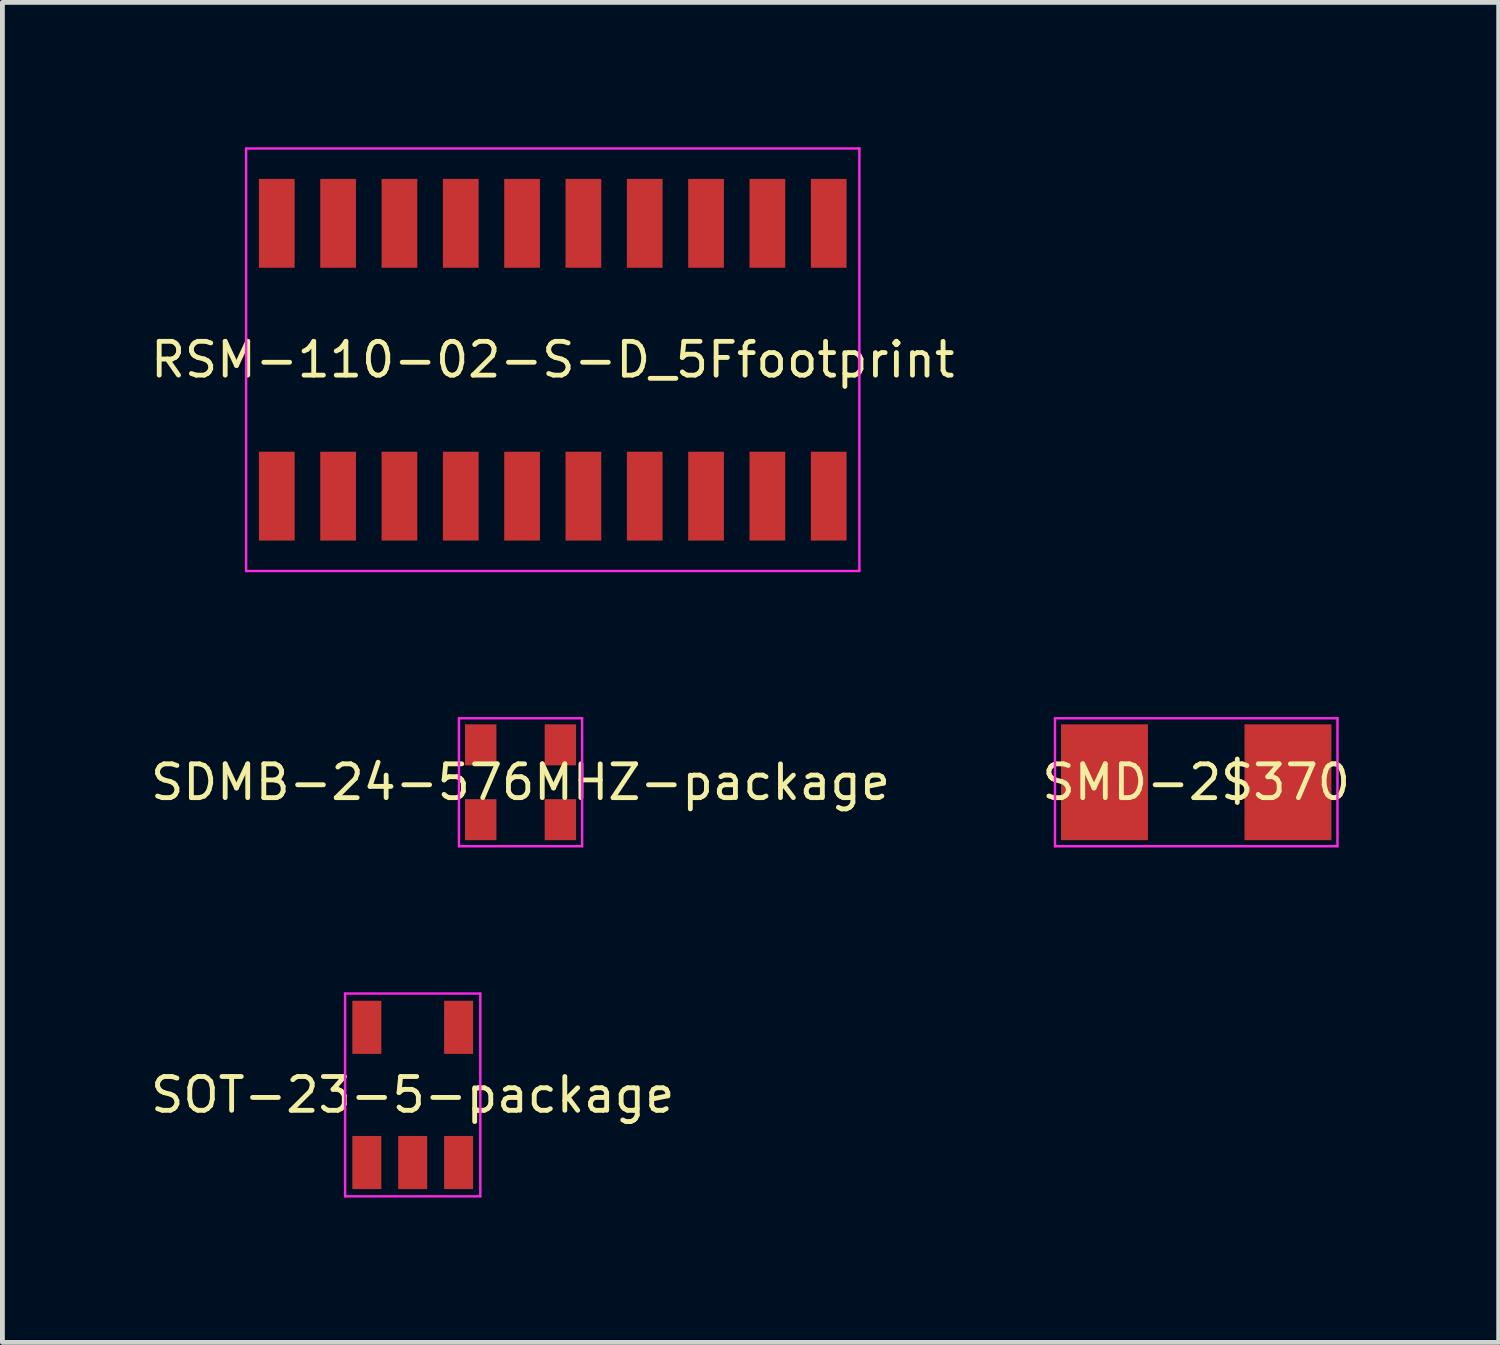
<source format=kicad_pcb>
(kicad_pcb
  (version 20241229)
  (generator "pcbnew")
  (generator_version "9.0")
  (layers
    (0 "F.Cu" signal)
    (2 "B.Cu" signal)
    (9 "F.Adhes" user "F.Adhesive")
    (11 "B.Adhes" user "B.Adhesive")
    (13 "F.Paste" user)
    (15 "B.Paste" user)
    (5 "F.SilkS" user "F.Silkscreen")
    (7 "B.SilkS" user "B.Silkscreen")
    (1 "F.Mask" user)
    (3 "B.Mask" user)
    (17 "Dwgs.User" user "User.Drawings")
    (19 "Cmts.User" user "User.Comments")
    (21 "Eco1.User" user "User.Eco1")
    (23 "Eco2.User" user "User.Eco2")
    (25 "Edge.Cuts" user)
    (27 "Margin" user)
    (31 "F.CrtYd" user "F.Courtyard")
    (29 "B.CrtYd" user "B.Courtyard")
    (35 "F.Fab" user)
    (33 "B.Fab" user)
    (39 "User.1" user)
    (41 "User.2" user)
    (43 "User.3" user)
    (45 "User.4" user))
  (footprint "SDMB-24-576MHZ-package"
    (layer "F.Cu")
    (at 7.73 13.15)
    (property "Reference" "SDMB-24-576MHZ-package" (at 0 0 0) (layer "F.SilkS") (effects (font (size 0.7 0.7) (thickness 0.1))))
    (attr through_hole)
    (fp_poly (pts (xy -1.15 -0.35) (xy -0.5 -0.35) (xy -0.5 -1.2) (xy -1.15 -1.2)) (stroke (width 0) (type solid)) (fill yes) (layer "F.Mask"))
    (fp_poly (pts (xy -1.15 1.2) (xy -0.5 1.2) (xy -0.5 0.35) (xy -1.15 0.35)) (stroke (width 0) (type solid)) (fill yes) (layer "F.Mask"))
    (fp_poly (pts (xy 0.5 -0.35) (xy 1.15 -0.35) (xy 1.15 -1.2) (xy 0.5 -1.2)) (stroke (width 0) (type solid)) (fill yes) (layer "F.Mask"))
    (fp_poly (pts (xy 0.5 1.2) (xy 1.15 1.2) (xy 1.15 0.35) (xy 0.5 0.35)) (stroke (width 0) (type solid)) (fill yes) (layer "F.Mask"))
    (fp_poly (pts (xy -1.15 -0.35) (xy -0.5 -0.35) (xy -0.5 -1.2) (xy -1.15 -1.2)) (stroke (width 0) (type solid)) (fill yes) (layer "F.Paste"))
    (fp_poly (pts (xy -1.15 1.2) (xy -0.5 1.2) (xy -0.5 0.35) (xy -1.15 0.35)) (stroke (width 0) (type solid)) (fill yes) (layer "F.Paste"))
    (fp_poly (pts (xy 0.5 -0.35) (xy 1.15 -0.35) (xy 1.15 -1.2) (xy 0.5 -1.2)) (stroke (width 0) (type solid)) (fill yes) (layer "F.Paste"))
    (fp_poly (pts (xy 0.5 1.2) (xy 1.15 1.2) (xy 1.15 0.35) (xy 0.5 0.35)) (stroke (width 0) (type solid)) (fill yes) (layer "F.Paste"))
    (fp_line (start -1.275 -1.325) (end -1.275 1.325) (stroke (width 0.05) (type solid)) (layer "F.CrtYd"))
    (fp_line (start -1.275 1.325) (end 1.275 1.325) (stroke (width 0.05) (type solid)) (layer "F.CrtYd"))
    (fp_line (start 1.275 -1.325) (end -1.275 -1.325) (stroke (width 0.05) (type solid)) (layer "F.CrtYd"))
    (fp_line (start 1.275 1.325) (end 1.275 -1.325) (stroke (width 0.05) (type solid)) (layer "F.CrtYd"))
    (pad "1" smd rect (at 0.825 0.775) (size 0.65 0.85) (layers "F.Cu"))
    (pad "2" smd rect (at -0.825 0.775) (size 0.65 0.85) (layers "F.Cu"))
    (pad "3" smd rect (at -0.825 -0.775) (size 0.65 0.85) (layers "F.Cu"))
    (pad "4" smd rect (at 0.825 -0.775) (size 0.65 0.85) (layers "F.Cu")))
  (footprint "RSM-110-02-S-D_5Ffootprint"
    (layer "F.Cu")
    (at 8.397 4.4)
    (property "Reference" "RSM-110-02-S-D_5Ffootprint" (at 0 0 0) (layer "F.SilkS") (effects (font (size 0.7 0.7) (thickness 0.1))))
    (attr through_hole)
    (fp_poly (pts (xy -6.085 -1.905) (xy -5.345 -1.905) (xy -5.345 -3.745) (xy -6.085 -3.745)) (stroke (width 0) (type solid)) (fill yes) (layer "F.Mask"))
    (fp_poly (pts (xy -6.085 3.745) (xy -5.345 3.745) (xy -5.345 1.905) (xy -6.085 1.905)) (stroke (width 0) (type solid)) (fill yes) (layer "F.Mask"))
    (fp_poly (pts (xy -4.815 -1.905) (xy -4.075 -1.905) (xy -4.075 -3.745) (xy -4.815 -3.745)) (stroke (width 0) (type solid)) (fill yes) (layer "F.Mask"))
    (fp_poly (pts (xy -4.815 3.745) (xy -4.075 3.745) (xy -4.075 1.905) (xy -4.815 1.905)) (stroke (width 0) (type solid)) (fill yes) (layer "F.Mask"))
    (fp_poly (pts (xy -3.545 -1.905) (xy -2.805 -1.905) (xy -2.805 -3.745) (xy -3.545 -3.745)) (stroke (width 0) (type solid)) (fill yes) (layer "F.Mask"))
    (fp_poly (pts (xy -3.545 3.745) (xy -2.805 3.745) (xy -2.805 1.905) (xy -3.545 1.905)) (stroke (width 0) (type solid)) (fill yes) (layer "F.Mask"))
    (fp_poly (pts (xy -2.275 -1.905) (xy -1.535 -1.905) (xy -1.535 -3.745) (xy -2.275 -3.745)) (stroke (width 0) (type solid)) (fill yes) (layer "F.Mask"))
    (fp_poly (pts (xy -2.275 3.745) (xy -1.535 3.745) (xy -1.535 1.905) (xy -2.275 1.905)) (stroke (width 0) (type solid)) (fill yes) (layer "F.Mask"))
    (fp_poly (pts (xy -1.005 -1.905) (xy -0.265 -1.905) (xy -0.265 -3.745) (xy -1.005 -3.745)) (stroke (width 0) (type solid)) (fill yes) (layer "F.Mask"))
    (fp_poly (pts (xy -1.005 3.745) (xy -0.265 3.745) (xy -0.265 1.905) (xy -1.005 1.905)) (stroke (width 0) (type solid)) (fill yes) (layer "F.Mask"))
    (fp_poly (pts (xy 0.265 -1.905) (xy 1.005 -1.905) (xy 1.005 -3.745) (xy 0.265 -3.745)) (stroke (width 0) (type solid)) (fill yes) (layer "F.Mask"))
    (fp_poly (pts (xy 0.265 3.745) (xy 1.005 3.745) (xy 1.005 1.905) (xy 0.265 1.905)) (stroke (width 0) (type solid)) (fill yes) (layer "F.Mask"))
    (fp_poly (pts (xy 1.535 -1.905) (xy 2.275 -1.905) (xy 2.275 -3.745) (xy 1.535 -3.745)) (stroke (width 0) (type solid)) (fill yes) (layer "F.Mask"))
    (fp_poly (pts (xy 1.535 3.745) (xy 2.275 3.745) (xy 2.275 1.905) (xy 1.535 1.905)) (stroke (width 0) (type solid)) (fill yes) (layer "F.Mask"))
    (fp_poly (pts (xy 2.805 -1.905) (xy 3.545 -1.905) (xy 3.545 -3.745) (xy 2.805 -3.745)) (stroke (width 0) (type solid)) (fill yes) (layer "F.Mask"))
    (fp_poly (pts (xy 2.805 3.745) (xy 3.545 3.745) (xy 3.545 1.905) (xy 2.805 1.905)) (stroke (width 0) (type solid)) (fill yes) (layer "F.Mask"))
    (fp_poly (pts (xy 4.075 -1.905) (xy 4.815 -1.905) (xy 4.815 -3.745) (xy 4.075 -3.745)) (stroke (width 0) (type solid)) (fill yes) (layer "F.Mask"))
    (fp_poly (pts (xy 4.075 3.745) (xy 4.815 3.745) (xy 4.815 1.905) (xy 4.075 1.905)) (stroke (width 0) (type solid)) (fill yes) (layer "F.Mask"))
    (fp_poly (pts (xy 5.345 -1.905) (xy 6.085 -1.905) (xy 6.085 -3.745) (xy 5.345 -3.745)) (stroke (width 0) (type solid)) (fill yes) (layer "F.Mask"))
    (fp_poly (pts (xy 5.345 3.745) (xy 6.085 3.745) (xy 6.085 1.905) (xy 5.345 1.905)) (stroke (width 0) (type solid)) (fill yes) (layer "F.Mask"))
    (fp_poly (pts (xy -6.085 -1.905) (xy -5.345 -1.905) (xy -5.345 -3.745) (xy -6.085 -3.745)) (stroke (width 0) (type solid)) (fill yes) (layer "F.Paste"))
    (fp_poly (pts (xy -6.085 3.745) (xy -5.345 3.745) (xy -5.345 1.905) (xy -6.085 1.905)) (stroke (width 0) (type solid)) (fill yes) (layer "F.Paste"))
    (fp_poly (pts (xy -4.815 -1.905) (xy -4.075 -1.905) (xy -4.075 -3.745) (xy -4.815 -3.745)) (stroke (width 0) (type solid)) (fill yes) (layer "F.Paste"))
    (fp_poly (pts (xy -4.815 3.745) (xy -4.075 3.745) (xy -4.075 1.905) (xy -4.815 1.905)) (stroke (width 0) (type solid)) (fill yes) (layer "F.Paste"))
    (fp_poly (pts (xy -3.545 -1.905) (xy -2.805 -1.905) (xy -2.805 -3.745) (xy -3.545 -3.745)) (stroke (width 0) (type solid)) (fill yes) (layer "F.Paste"))
    (fp_poly (pts (xy -3.545 3.745) (xy -2.805 3.745) (xy -2.805 1.905) (xy -3.545 1.905)) (stroke (width 0) (type solid)) (fill yes) (layer "F.Paste"))
    (fp_poly (pts (xy -2.275 -1.905) (xy -1.535 -1.905) (xy -1.535 -3.745) (xy -2.275 -3.745)) (stroke (width 0) (type solid)) (fill yes) (layer "F.Paste"))
    (fp_poly (pts (xy -2.275 3.745) (xy -1.535 3.745) (xy -1.535 1.905) (xy -2.275 1.905)) (stroke (width 0) (type solid)) (fill yes) (layer "F.Paste"))
    (fp_poly (pts (xy -1.005 -1.905) (xy -0.265 -1.905) (xy -0.265 -3.745) (xy -1.005 -3.745)) (stroke (width 0) (type solid)) (fill yes) (layer "F.Paste"))
    (fp_poly (pts (xy -1.005 3.745) (xy -0.265 3.745) (xy -0.265 1.905) (xy -1.005 1.905)) (stroke (width 0) (type solid)) (fill yes) (layer "F.Paste"))
    (fp_poly (pts (xy 0.265 -1.905) (xy 1.005 -1.905) (xy 1.005 -3.745) (xy 0.265 -3.745)) (stroke (width 0) (type solid)) (fill yes) (layer "F.Paste"))
    (fp_poly (pts (xy 0.265 3.745) (xy 1.005 3.745) (xy 1.005 1.905) (xy 0.265 1.905)) (stroke (width 0) (type solid)) (fill yes) (layer "F.Paste"))
    (fp_poly (pts (xy 1.535 -1.905) (xy 2.275 -1.905) (xy 2.275 -3.745) (xy 1.535 -3.745)) (stroke (width 0) (type solid)) (fill yes) (layer "F.Paste"))
    (fp_poly (pts (xy 1.535 3.745) (xy 2.275 3.745) (xy 2.275 1.905) (xy 1.535 1.905)) (stroke (width 0) (type solid)) (fill yes) (layer "F.Paste"))
    (fp_poly (pts (xy 2.805 -1.905) (xy 3.545 -1.905) (xy 3.545 -3.745) (xy 2.805 -3.745)) (stroke (width 0) (type solid)) (fill yes) (layer "F.Paste"))
    (fp_poly (pts (xy 2.805 3.745) (xy 3.545 3.745) (xy 3.545 1.905) (xy 2.805 1.905)) (stroke (width 0) (type solid)) (fill yes) (layer "F.Paste"))
    (fp_poly (pts (xy 4.075 -1.905) (xy 4.815 -1.905) (xy 4.815 -3.745) (xy 4.075 -3.745)) (stroke (width 0) (type solid)) (fill yes) (layer "F.Paste"))
    (fp_poly (pts (xy 4.075 3.745) (xy 4.815 3.745) (xy 4.815 1.905) (xy 4.075 1.905)) (stroke (width 0) (type solid)) (fill yes) (layer "F.Paste"))
    (fp_poly (pts (xy 5.345 -1.905) (xy 6.085 -1.905) (xy 6.085 -3.745) (xy 5.345 -3.745)) (stroke (width 0) (type solid)) (fill yes) (layer "F.Paste"))
    (fp_poly (pts (xy 5.345 3.745) (xy 6.085 3.745) (xy 6.085 1.905) (xy 5.345 1.905)) (stroke (width 0) (type solid)) (fill yes) (layer "F.Paste"))
    (fp_line (start -6.35 -4.375) (end -6.35 4.375) (stroke (width 0.05) (type solid)) (layer "F.CrtYd"))
    (fp_line (start -6.35 4.375) (end 6.35 4.375) (stroke (width 0.05) (type solid)) (layer "F.CrtYd"))
    (fp_line (start 6.35 -4.375) (end -6.35 -4.375) (stroke (width 0.05) (type solid)) (layer "F.CrtYd"))
    (fp_line (start 6.35 4.375) (end 6.35 -4.375) (stroke (width 0.05) (type solid)) (layer "F.CrtYd"))
    (pad "1" smd rect (at 5.715 -2.825) (size 0.74 1.84) (layers "F.Cu"))
    (pad "2" smd rect (at 5.715 2.825) (size 0.74 1.84) (layers "F.Cu"))
    (pad "3" smd rect (at 4.445 -2.825) (size 0.74 1.84) (layers "F.Cu"))
    (pad "4" smd rect (at 4.445 2.825) (size 0.74 1.84) (layers "F.Cu"))
    (pad "5" smd rect (at 3.175 -2.825) (size 0.74 1.84) (layers "F.Cu"))
    (pad "6" smd rect (at 3.175 2.825) (size 0.74 1.84) (layers "F.Cu"))
    (pad "7" smd rect (at 1.905 -2.825) (size 0.74 1.84) (layers "F.Cu"))
    (pad "8" smd rect (at 1.905 2.825) (size 0.74 1.84) (layers "F.Cu"))
    (pad "9" smd rect (at 0.635 -2.825) (size 0.74 1.84) (layers "F.Cu"))
    (pad "10" smd rect (at 0.635 2.825) (size 0.74 1.84) (layers "F.Cu"))
    (pad "11" smd rect (at -0.635 -2.825) (size 0.74 1.84) (layers "F.Cu"))
    (pad "12" smd rect (at -0.635 2.825) (size 0.74 1.84) (layers "F.Cu"))
    (pad "13" smd rect (at -1.905 -2.825) (size 0.74 1.84) (layers "F.Cu"))
    (pad "14" smd rect (at -1.905 2.825) (size 0.74 1.84) (layers "F.Cu"))
    (pad "15" smd rect (at -3.175 -2.825) (size 0.74 1.84) (layers "F.Cu"))
    (pad "16" smd rect (at -3.175 2.825) (size 0.74 1.84) (layers "F.Cu"))
    (pad "17" smd rect (at -4.445 -2.825) (size 0.74 1.84) (layers "F.Cu"))
    (pad "18" smd rect (at -4.445 2.825) (size 0.74 1.84) (layers "F.Cu"))
    (pad "19" smd rect (at -5.715 -2.825) (size 0.74 1.84) (layers "F.Cu"))
    (pad "20" smd rect (at -5.715 2.825) (size 0.74 1.84) (layers "F.Cu")))
  (footprint "SMD-2$370"
    (layer "F.Cu")
    (at 21.723 13.15)
    (property "Reference" "SMD-2$370" (at 0 0 0) (layer "F.SilkS") (effects (font (size 0.7 0.7) (thickness 0.1))))
    (attr through_hole)
    (fp_poly (pts (xy -2.8 1.2) (xy -1 1.2) (xy -1 -1.2) (xy -2.8 -1.2)) (stroke (width 0) (type solid)) (fill yes) (layer "F.Mask"))
    (fp_poly (pts (xy 1 1.2) (xy 2.8 1.2) (xy 2.8 -1.2) (xy 1 -1.2)) (stroke (width 0) (type solid)) (fill yes) (layer "F.Mask"))
    (fp_poly (pts (xy -2.8 1.2) (xy -1 1.2) (xy -1 -1.2) (xy -2.8 -1.2)) (stroke (width 0) (type solid)) (fill yes) (layer "F.Paste"))
    (fp_poly (pts (xy 1 1.2) (xy 2.8 1.2) (xy 2.8 -1.2) (xy 1 -1.2)) (stroke (width 0) (type solid)) (fill yes) (layer "F.Paste"))
    (fp_line (start -2.925 -1.325) (end -2.925 1.325) (stroke (width 0.05) (type solid)) (layer "F.CrtYd"))
    (fp_line (start -2.925 1.325) (end 2.925 1.325) (stroke (width 0.05) (type solid)) (layer "F.CrtYd"))
    (fp_line (start 2.925 -1.325) (end -2.925 -1.325) (stroke (width 0.05) (type solid)) (layer "F.CrtYd"))
    (fp_line (start 2.925 1.325) (end 2.925 -1.325) (stroke (width 0.05) (type solid)) (layer "F.CrtYd"))
    (pad "1" smd rect (at -1.9 0) (size 1.8 2.4) (layers "F.Cu"))
    (pad "2" smd rect (at 1.9 0) (size 1.8 2.4) (layers "F.Cu")))
  (footprint "SOT-23-5-package"
    (layer "F.Cu")
    (at 5.497 19.625)
    (property "Reference" "SOT-23-5-package" (at 0 0 0) (layer "F.SilkS") (effects (font (size 0.7 0.7) (thickness 0.1))))
    (attr through_hole)
    (fp_poly (pts (xy -1.25 -0.85) (xy -0.65 -0.85) (xy -0.65 -1.95) (xy -1.25 -1.95)) (stroke (width 0) (type solid)) (fill yes) (layer "F.Mask"))
    (fp_poly (pts (xy -1.25 1.95) (xy -0.65 1.95) (xy -0.65 0.85) (xy -1.25 0.85)) (stroke (width 0) (type solid)) (fill yes) (layer "F.Mask"))
    (fp_poly (pts (xy -0.3 1.95) (xy 0.3 1.95) (xy 0.3 0.85) (xy -0.3 0.85)) (stroke (width 0) (type solid)) (fill yes) (layer "F.Mask"))
    (fp_poly (pts (xy 0.65 -0.85) (xy 1.25 -0.85) (xy 1.25 -1.95) (xy 0.65 -1.95)) (stroke (width 0) (type solid)) (fill yes) (layer "F.Mask"))
    (fp_poly (pts (xy 0.65 1.95) (xy 1.25 1.95) (xy 1.25 0.85) (xy 0.65 0.85)) (stroke (width 0) (type solid)) (fill yes) (layer "F.Mask"))
    (fp_poly (pts (xy -1.25 -0.85) (xy -0.65 -0.85) (xy -0.65 -1.95) (xy -1.25 -1.95)) (stroke (width 0) (type solid)) (fill yes) (layer "F.Paste"))
    (fp_poly (pts (xy -1.25 1.95) (xy -0.65 1.95) (xy -0.65 0.85) (xy -1.25 0.85)) (stroke (width 0) (type solid)) (fill yes) (layer "F.Paste"))
    (fp_poly (pts (xy -0.3 1.95) (xy 0.3 1.95) (xy 0.3 0.85) (xy -0.3 0.85)) (stroke (width 0) (type solid)) (fill yes) (layer "F.Paste"))
    (fp_poly (pts (xy 0.65 -0.85) (xy 1.25 -0.85) (xy 1.25 -1.95) (xy 0.65 -1.95)) (stroke (width 0) (type solid)) (fill yes) (layer "F.Paste"))
    (fp_poly (pts (xy 0.65 1.95) (xy 1.25 1.95) (xy 1.25 0.85) (xy 0.65 0.85)) (stroke (width 0) (type solid)) (fill yes) (layer "F.Paste"))
    (fp_line (start -1.4 -2.1) (end -1.4 2.1) (stroke (width 0.05) (type solid)) (layer "F.CrtYd"))
    (fp_line (start -1.4 2.1) (end 1.4 2.1) (stroke (width 0.05) (type solid)) (layer "F.CrtYd"))
    (fp_line (start 1.4 -2.1) (end -1.4 -2.1) (stroke (width 0.05) (type solid)) (layer "F.CrtYd"))
    (fp_line (start 1.4 2.1) (end 1.4 -2.1) (stroke (width 0.05) (type solid)) (layer "F.CrtYd"))
    (pad "1" smd rect (at -0.95 1.4) (size 0.6 1.1) (layers "F.Cu"))
    (pad "2" smd rect (at 0 1.4) (size 0.6 1.1) (layers "F.Cu"))
    (pad "3" smd rect (at 0.95 1.4) (size 0.6 1.1) (layers "F.Cu"))
    (pad "4" smd rect (at 0.95 -1.4) (size 0.6 1.1) (layers "F.Cu"))
    (pad "5" smd rect (at -0.95 -1.4) (size 0.6 1.1) (layers "F.Cu")))
  (gr_rect
    (start -3 -3)
    (end 27.987 24.75)
    (stroke (width 0.1) (type default))
    (fill no)
    (layer "Edge.Cuts")))
</source>
